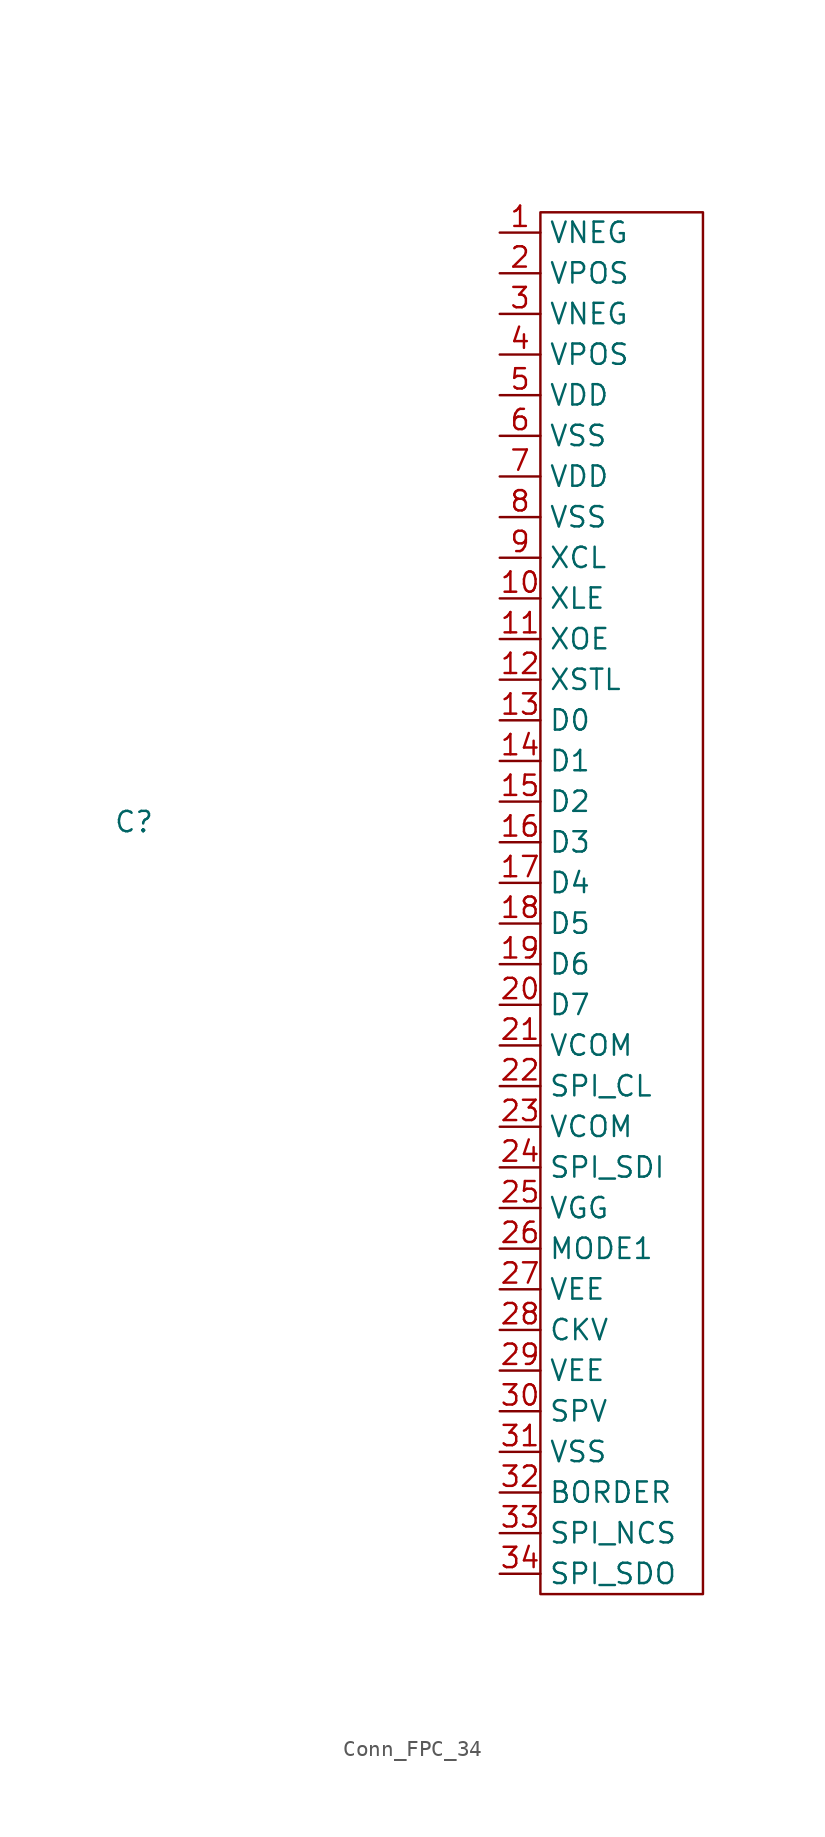
<source format=kicad_sym>
(kicad_symbol_lib
  (version 20231120)
  (generator "kicad_symbol_editor")
  (generator_version "8.0")
  (symbol "Conn_FPC_34"
    (property "Reference" "C"
      (at -30.48 2.54 0)
      (effects (font (size 1.27 1.27))))
    (property "Value" ""
      (at -30.48 2.54 0)
      (effects (font (size 1.27 1.27))))
    (symbol "Conn_FPC_34_0_1"
      (rectangle (start -5.08 40.64) (end 5.08 -45.72) (stroke (width 0) (type default)) (fill (type none))))
    (symbol "Conn_FPC_34_1_1"
      (pin passive line (at -7.62 39.37 0) (length 2.54) (name "VNEG" (effects (font (size 1.27 1.27)))) (number "1" (effects (font (size 1.27 1.27)))))
      (pin passive line (at -7.62 16.51 0) (length 2.54) (name "XLE" (effects (font (size 1.27 1.27)))) (number "10" (effects (font (size 1.27 1.27)))))
      (pin passive line (at -7.62 13.97 0) (length 2.54) (name "XOE" (effects (font (size 1.27 1.27)))) (number "11" (effects (font (size 1.27 1.27)))))
      (pin passive line (at -7.62 11.43 0) (length 2.54) (name "XSTL" (effects (font (size 1.27 1.27)))) (number "12" (effects (font (size 1.27 1.27)))))
      (pin passive line (at -7.62 8.89 0) (length 2.54) (name "D0" (effects (font (size 1.27 1.27)))) (number "13" (effects (font (size 1.27 1.27)))))
      (pin passive line (at -7.62 6.35 0) (length 2.54) (name "D1" (effects (font (size 1.27 1.27)))) (number "14" (effects (font (size 1.27 1.27)))))
      (pin passive line (at -7.62 3.81 0) (length 2.54) (name "D2" (effects (font (size 1.27 1.27)))) (number "15" (effects (font (size 1.27 1.27)))))
      (pin passive line (at -7.62 1.27 0) (length 2.54) (name "D3" (effects (font (size 1.27 1.27)))) (number "16" (effects (font (size 1.27 1.27)))))
      (pin passive line (at -7.62 -1.27 0) (length 2.54) (name "D4" (effects (font (size 1.27 1.27)))) (number "17" (effects (font (size 1.27 1.27)))))
      (pin passive line (at -7.62 -3.81 0) (length 2.54) (name "D5" (effects (font (size 1.27 1.27)))) (number "18" (effects (font (size 1.27 1.27)))))
      (pin passive line (at -7.62 -6.35 0) (length 2.54) (name "D6" (effects (font (size 1.27 1.27)))) (number "19" (effects (font (size 1.27 1.27)))))
      (pin passive line (at -7.62 36.83 0) (length 2.54) (name "VPOS" (effects (font (size 1.27 1.27)))) (number "2" (effects (font (size 1.27 1.27)))))
      (pin passive line (at -7.62 -8.89 0) (length 2.54) (name "D7" (effects (font (size 1.27 1.27)))) (number "20" (effects (font (size 1.27 1.27)))))
      (pin passive line (at -7.62 -11.43 0) (length 2.54) (name "VCOM" (effects (font (size 1.27 1.27)))) (number "21" (effects (font (size 1.27 1.27)))))
      (pin passive line (at -7.62 -13.97 0) (length 2.54) (name "SPI_CL" (effects (font (size 1.27 1.27)))) (number "22" (effects (font (size 1.27 1.27)))))
      (pin passive line (at -7.62 -16.51 0) (length 2.54) (name "VCOM" (effects (font (size 1.27 1.27)))) (number "23" (effects (font (size 1.27 1.27)))))
      (pin passive line (at -7.62 -19.05 0) (length 2.54) (name "SPI_SDI" (effects (font (size 1.27 1.27)))) (number "24" (effects (font (size 1.27 1.27)))))
      (pin passive line (at -7.62 -21.59 0) (length 2.54) (name "VGG" (effects (font (size 1.27 1.27)))) (number "25" (effects (font (size 1.27 1.27)))))
      (pin passive line (at -7.62 -24.13 0) (length 2.54) (name "MODE1" (effects (font (size 1.27 1.27)))) (number "26" (effects (font (size 1.27 1.27)))))
      (pin passive line (at -7.62 -26.67 0) (length 2.54) (name "VEE" (effects (font (size 1.27 1.27)))) (number "27" (effects (font (size 1.27 1.27)))))
      (pin passive line (at -7.62 -29.21 0) (length 2.54) (name "CKV" (effects (font (size 1.27 1.27)))) (number "28" (effects (font (size 1.27 1.27)))))
      (pin passive line (at -7.62 -31.75 0) (length 2.54) (name "VEE" (effects (font (size 1.27 1.27)))) (number "29" (effects (font (size 1.27 1.27)))))
      (pin passive line (at -7.62 34.29 0) (length 2.54) (name "VNEG" (effects (font (size 1.27 1.27)))) (number "3" (effects (font (size 1.27 1.27)))))
      (pin passive line (at -7.62 -34.29 0) (length 2.54) (name "SPV" (effects (font (size 1.27 1.27)))) (number "30" (effects (font (size 1.27 1.27)))))
      (pin passive line (at -7.62 -36.83 0) (length 2.54) (name "VSS" (effects (font (size 1.27 1.27)))) (number "31" (effects (font (size 1.27 1.27)))))
      (pin passive line (at -7.62 -39.37 0) (length 2.54) (name "BORDER" (effects (font (size 1.27 1.27)))) (number "32" (effects (font (size 1.27 1.27)))))
      (pin passive line (at -7.62 -41.91 0) (length 2.54) (name "SPI_NCS" (effects (font (size 1.27 1.27)))) (number "33" (effects (font (size 1.27 1.27)))))
      (pin passive line (at -7.62 -44.45 0) (length 2.54) (name "SPI_SDO" (effects (font (size 1.27 1.27)))) (number "34" (effects (font (size 1.27 1.27)))))
      (pin passive line (at -7.62 31.75 0) (length 2.54) (name "VPOS" (effects (font (size 1.27 1.27)))) (number "4" (effects (font (size 1.27 1.27)))))
      (pin passive line (at -7.62 29.21 0) (length 2.54) (name "VDD" (effects (font (size 1.27 1.27)))) (number "5" (effects (font (size 1.27 1.27)))))
      (pin passive line (at -7.62 26.67 0) (length 2.54) (name "VSS" (effects (font (size 1.27 1.27)))) (number "6" (effects (font (size 1.27 1.27)))))
      (pin passive line (at -7.62 24.13 0) (length 2.54) (name "VDD" (effects (font (size 1.27 1.27)))) (number "7" (effects (font (size 1.27 1.27)))))
      (pin passive line (at -7.62 21.59 0) (length 2.54) (name "VSS" (effects (font (size 1.27 1.27)))) (number "8" (effects (font (size 1.27 1.27)))))
      (pin passive line (at -7.62 19.05 0) (length 2.54) (name "XCL" (effects (font (size 1.27 1.27)))) (number "9" (effects (font (size 1.27 1.27))))))))
</source>
